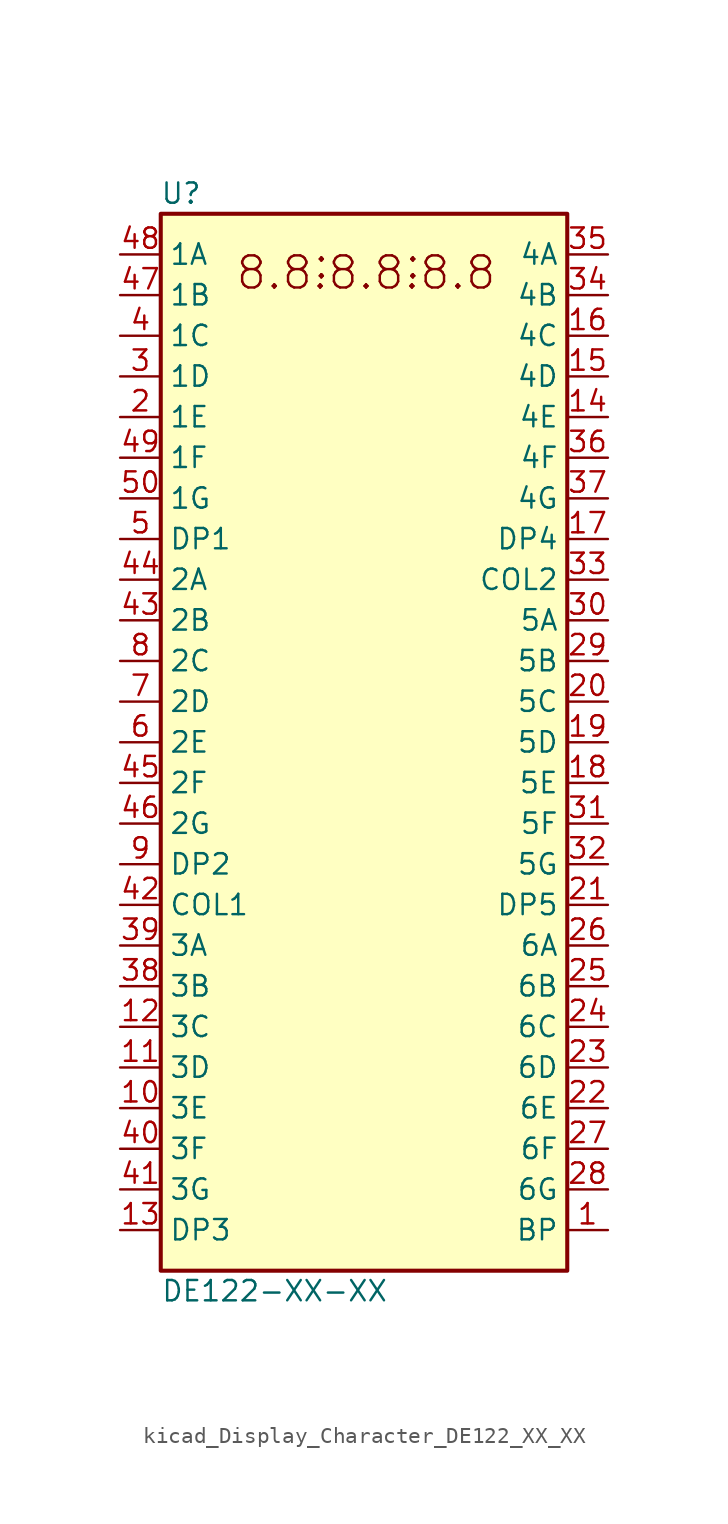
<source format=kicad_sym>
(kicad_symbol_lib
  (version 20220914)
  (generator kicad_symbol_editor)
  (symbol "kicad_Display_Character_DE122_XX_XX"
    (property "Reference" "U"
      (at -11.43 34.29 0)
      (effects (font (size 1.27 1.27))))
    (property "Value" "DE122-XX-XX"
      (at -12.7 -34.29 0)
      (effects (font (size 1.27 1.27)) (justify left)))
    (symbol "kicad_Display_Character_DE122_XX_XX_0_0"
      (text "8.8.8.8.8.8" (at 0.127 29.337 0) (effects (font (size 2.007 2.007))))
      (text ":" (at -2.667 29.972 0) (effects (font (size 2.007 2.007))))
      (text ":" (at 3.048 29.972 0) (effects (font (size 2.007 2.007))))
      (pin input line (at -15.24 -27.94 0) (length 2.54) (name "3G" (effects (font (size 1.27 1.27)))) (number "41" (effects (font (size 1.27 1.27)))))
      (pin input line (at -15.24 -10.16 0) (length 2.54) (name "COL1" (effects (font (size 1.27 1.27)))) (number "42" (effects (font (size 1.27 1.27)))))
      (pin input line (at -15.24 7.62 0) (length 2.54) (name "2B" (effects (font (size 1.27 1.27)))) (number "43" (effects (font (size 1.27 1.27)))))
      (pin input line (at -15.24 10.16 0) (length 2.54) (name "2A" (effects (font (size 1.27 1.27)))) (number "44" (effects (font (size 1.27 1.27)))))
      (pin input line (at -15.24 -2.54 0) (length 2.54) (name "2F" (effects (font (size 1.27 1.27)))) (number "45" (effects (font (size 1.27 1.27)))))
      (pin input line (at -15.24 -5.08 0) (length 2.54) (name "2G" (effects (font (size 1.27 1.27)))) (number "46" (effects (font (size 1.27 1.27)))))
      (pin input line (at -15.24 27.94 0) (length 2.54) (name "1B" (effects (font (size 1.27 1.27)))) (number "47" (effects (font (size 1.27 1.27)))))
      (pin input line (at -15.24 30.48 0) (length 2.54) (name "1A" (effects (font (size 1.27 1.27)))) (number "48" (effects (font (size 1.27 1.27)))))
      (pin input line (at -15.24 17.78 0) (length 2.54) (name "1F" (effects (font (size 1.27 1.27)))) (number "49" (effects (font (size 1.27 1.27)))))
      (pin input line (at -15.24 15.24 0) (length 2.54) (name "1G" (effects (font (size 1.27 1.27)))) (number "50" (effects (font (size 1.27 1.27))))))
    (symbol "kicad_Display_Character_DE122_XX_XX_0_1"
      (rectangle (start -12.7 33.02) (end 12.7 -33.02) (stroke (width 0.254) (type default)) (fill (type background))))
    (symbol "kicad_Display_Character_DE122_XX_XX_1_1"
      (pin input line (at 15.24 -30.48 180) (length 2.54) (name "BP" (effects (font (size 1.27 1.27)))) (number "1" (effects (font (size 1.27 1.27)))))
      (pin input line (at -15.24 -22.86 0) (length 2.54) (name "3E" (effects (font (size 1.27 1.27)))) (number "10" (effects (font (size 1.27 1.27)))))
      (pin input line (at -15.24 -20.32 0) (length 2.54) (name "3D" (effects (font (size 1.27 1.27)))) (number "11" (effects (font (size 1.27 1.27)))))
      (pin input line (at -15.24 -17.78 0) (length 2.54) (name "3C" (effects (font (size 1.27 1.27)))) (number "12" (effects (font (size 1.27 1.27)))))
      (pin input line (at -15.24 -30.48 0) (length 2.54) (name "DP3" (effects (font (size 1.27 1.27)))) (number "13" (effects (font (size 1.27 1.27)))))
      (pin input line (at 15.24 20.32 180) (length 2.54) (name "4E" (effects (font (size 1.27 1.27)))) (number "14" (effects (font (size 1.27 1.27)))))
      (pin input line (at 15.24 22.86 180) (length 2.54) (name "4D" (effects (font (size 1.27 1.27)))) (number "15" (effects (font (size 1.27 1.27)))))
      (pin input line (at 15.24 25.4 180) (length 2.54) (name "4C" (effects (font (size 1.27 1.27)))) (number "16" (effects (font (size 1.27 1.27)))))
      (pin input line (at 15.24 12.7 180) (length 2.54) (name "DP4" (effects (font (size 1.27 1.27)))) (number "17" (effects (font (size 1.27 1.27)))))
      (pin input line (at 15.24 -2.54 180) (length 2.54) (name "5E" (effects (font (size 1.27 1.27)))) (number "18" (effects (font (size 1.27 1.27)))))
      (pin input line (at 15.24 0 180) (length 2.54) (name "5D" (effects (font (size 1.27 1.27)))) (number "19" (effects (font (size 1.27 1.27)))))
      (pin input line (at -15.24 20.32 0) (length 2.54) (name "1E" (effects (font (size 1.27 1.27)))) (number "2" (effects (font (size 1.27 1.27)))))
      (pin input line (at 15.24 2.54 180) (length 2.54) (name "5C" (effects (font (size 1.27 1.27)))) (number "20" (effects (font (size 1.27 1.27)))))
      (pin input line (at 15.24 -10.16 180) (length 2.54) (name "DP5" (effects (font (size 1.27 1.27)))) (number "21" (effects (font (size 1.27 1.27)))))
      (pin input line (at 15.24 -22.86 180) (length 2.54) (name "6E" (effects (font (size 1.27 1.27)))) (number "22" (effects (font (size 1.27 1.27)))))
      (pin input line (at 15.24 -20.32 180) (length 2.54) (name "6D" (effects (font (size 1.27 1.27)))) (number "23" (effects (font (size 1.27 1.27)))))
      (pin input line (at 15.24 -17.78 180) (length 2.54) (name "6C" (effects (font (size 1.27 1.27)))) (number "24" (effects (font (size 1.27 1.27)))))
      (pin input line (at 15.24 -15.24 180) (length 2.54) (name "6B" (effects (font (size 1.27 1.27)))) (number "25" (effects (font (size 1.27 1.27)))))
      (pin input line (at 15.24 -12.7 180) (length 2.54) (name "6A" (effects (font (size 1.27 1.27)))) (number "26" (effects (font (size 1.27 1.27)))))
      (pin input line (at 15.24 -25.4 180) (length 2.54) (name "6F" (effects (font (size 1.27 1.27)))) (number "27" (effects (font (size 1.27 1.27)))))
      (pin input line (at 15.24 -27.94 180) (length 2.54) (name "6G" (effects (font (size 1.27 1.27)))) (number "28" (effects (font (size 1.27 1.27)))))
      (pin input line (at 15.24 5.08 180) (length 2.54) (name "5B" (effects (font (size 1.27 1.27)))) (number "29" (effects (font (size 1.27 1.27)))))
      (pin input line (at -15.24 22.86 0) (length 2.54) (name "1D" (effects (font (size 1.27 1.27)))) (number "3" (effects (font (size 1.27 1.27)))))
      (pin input line (at 15.24 7.62 180) (length 2.54) (name "5A" (effects (font (size 1.27 1.27)))) (number "30" (effects (font (size 1.27 1.27)))))
      (pin input line (at 15.24 -5.08 180) (length 2.54) (name "5F" (effects (font (size 1.27 1.27)))) (number "31" (effects (font (size 1.27 1.27)))))
      (pin input line (at 15.24 -7.62 180) (length 2.54) (name "5G" (effects (font (size 1.27 1.27)))) (number "32" (effects (font (size 1.27 1.27)))))
      (pin input line (at 15.24 10.16 180) (length 2.54) (name "COL2" (effects (font (size 1.27 1.27)))) (number "33" (effects (font (size 1.27 1.27)))))
      (pin input line (at 15.24 27.94 180) (length 2.54) (name "4B" (effects (font (size 1.27 1.27)))) (number "34" (effects (font (size 1.27 1.27)))))
      (pin input line (at 15.24 30.48 180) (length 2.54) (name "4A" (effects (font (size 1.27 1.27)))) (number "35" (effects (font (size 1.27 1.27)))))
      (pin input line (at 15.24 17.78 180) (length 2.54) (name "4F" (effects (font (size 1.27 1.27)))) (number "36" (effects (font (size 1.27 1.27)))))
      (pin input line (at 15.24 15.24 180) (length 2.54) (name "4G" (effects (font (size 1.27 1.27)))) (number "37" (effects (font (size 1.27 1.27)))))
      (pin input line (at -15.24 -15.24 0) (length 2.54) (name "3B" (effects (font (size 1.27 1.27)))) (number "38" (effects (font (size 1.27 1.27)))))
      (pin input line (at -15.24 -12.7 0) (length 2.54) (name "3A" (effects (font (size 1.27 1.27)))) (number "39" (effects (font (size 1.27 1.27)))))
      (pin input line (at -15.24 25.4 0) (length 2.54) (name "1C" (effects (font (size 1.27 1.27)))) (number "4" (effects (font (size 1.27 1.27)))))
      (pin input line (at -15.24 -25.4 0) (length 2.54) (name "3F" (effects (font (size 1.27 1.27)))) (number "40" (effects (font (size 1.27 1.27)))))
      (pin input line (at -15.24 12.7 0) (length 2.54) (name "DP1" (effects (font (size 1.27 1.27)))) (number "5" (effects (font (size 1.27 1.27)))))
      (pin input line (at -15.24 0 0) (length 2.54) (name "2E" (effects (font (size 1.27 1.27)))) (number "6" (effects (font (size 1.27 1.27)))))
      (pin input line (at -15.24 2.54 0) (length 2.54) (name "2D" (effects (font (size 1.27 1.27)))) (number "7" (effects (font (size 1.27 1.27)))))
      (pin input line (at -15.24 5.08 0) (length 2.54) (name "2C" (effects (font (size 1.27 1.27)))) (number "8" (effects (font (size 1.27 1.27)))))
      (pin input line (at -15.24 -7.62 0) (length 2.54) (name "DP2" (effects (font (size 1.27 1.27)))) (number "9" (effects (font (size 1.27 1.27))))))))
</source>
